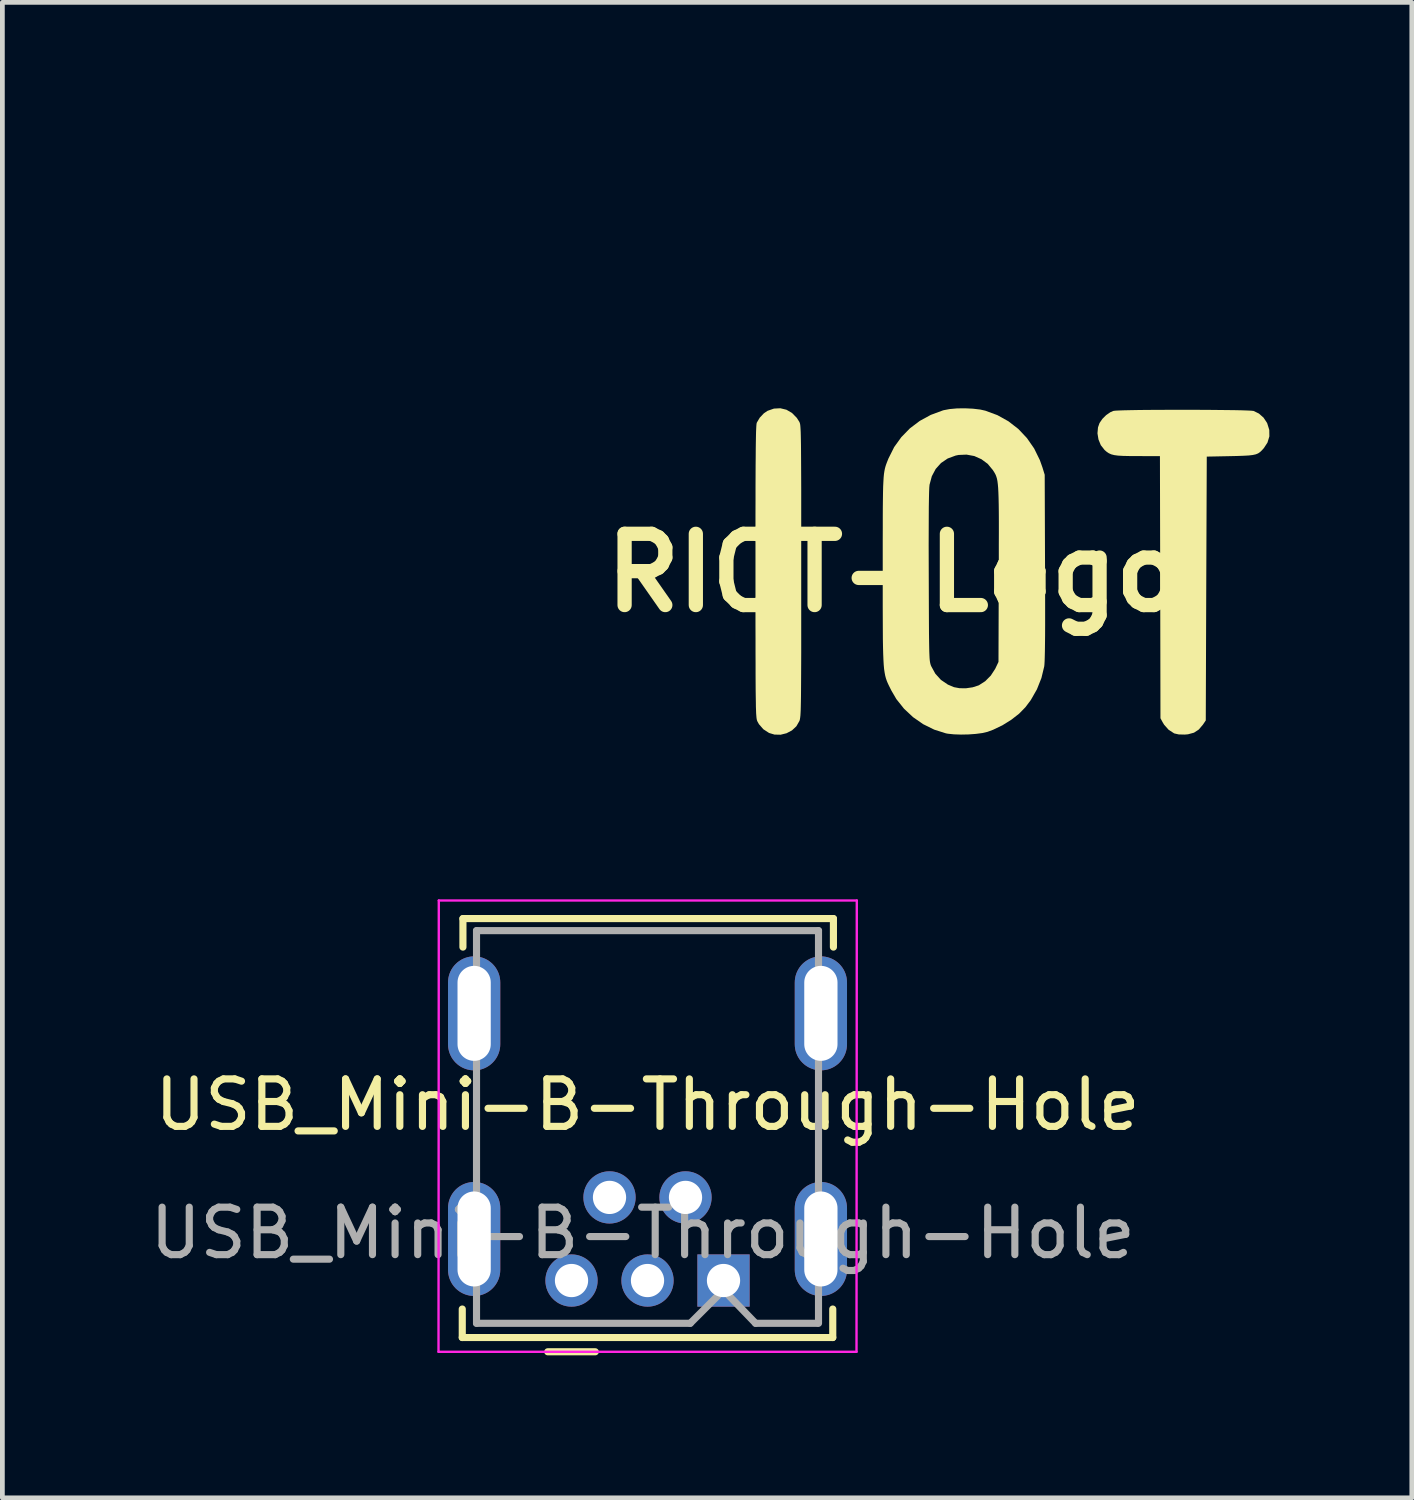
<source format=kicad_pcb>
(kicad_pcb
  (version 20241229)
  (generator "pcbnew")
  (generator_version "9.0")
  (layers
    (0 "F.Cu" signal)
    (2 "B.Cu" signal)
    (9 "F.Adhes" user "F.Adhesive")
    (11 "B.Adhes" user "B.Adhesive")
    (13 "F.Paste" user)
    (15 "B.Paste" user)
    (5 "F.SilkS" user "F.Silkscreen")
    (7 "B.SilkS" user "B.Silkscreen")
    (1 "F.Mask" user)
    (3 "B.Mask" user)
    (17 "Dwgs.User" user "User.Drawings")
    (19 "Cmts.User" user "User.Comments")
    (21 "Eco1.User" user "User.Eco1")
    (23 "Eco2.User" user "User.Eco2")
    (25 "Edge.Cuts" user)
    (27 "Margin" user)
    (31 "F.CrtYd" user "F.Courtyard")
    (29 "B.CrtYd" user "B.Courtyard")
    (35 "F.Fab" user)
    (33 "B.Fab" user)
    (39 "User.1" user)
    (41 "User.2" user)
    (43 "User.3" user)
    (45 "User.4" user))
  (footprint "RIOT-Logo"
    (layer "F.Cu")
    (at 15.778 9.01)
    (property "Reference" "RIOT-Logo" (at 0 0 0) (layer "F.SilkS") (effects (font (size 1.5 1.5) (thickness 0.3))))
    (attr board_only exclude_from_pos_files exclude_from_bom)
    (fp_poly (pts (xy -6.981 -0.87) (xy -6.839 -0.825) (xy -6.715 -0.752) (xy -6.63 -0.669) (xy -6.606 -0.635) (xy -6.562 -0.568) (xy -6.5 -0.472) (xy -6.423 -0.35) (xy -6.332 -0.206) (xy -6.23 -0.043) (xy -6.12 0.135) (xy -6.002 0.325) (xy -5.879 0.523) (xy -5.753 0.726) (xy -5.627 0.931) (xy -5.503 1.133) (xy -5.382 1.33) (xy -5.267 1.518) (xy -5.16 1.693) (xy -5.064 1.853) (xy -4.979 1.993) (xy -4.909 2.11) (xy -4.856 2.2) (xy -4.821 2.261) (xy -4.809 2.284) (xy -4.771 2.413) (xy -4.76 2.56) (xy -4.777 2.71) (xy -4.821 2.85) (xy -4.823 2.856) (xy -4.902 2.987) (xy -5.01 3.105) (xy -5.133 3.197) (xy -5.191 3.227) (xy -5.274 3.253) (xy -5.381 3.271) (xy -5.496 3.28) (xy -5.604 3.279) (xy -5.688 3.266) (xy -5.694 3.264) (xy -5.794 3.221) (xy -5.9 3.156) (xy -5.995 3.08) (xy -6.06 3.01) (xy -6.081 2.976) (xy -6.12 2.909) (xy -6.175 2.809) (xy -6.245 2.681) (xy -6.328 2.528) (xy -6.422 2.353) (xy -6.527 2.159) (xy -6.639 1.948) (xy -6.758 1.725) (xy -6.881 1.491) (xy -6.918 1.421) (xy -7.706 -0.072) (xy -7.714 -0.238) (xy -7.716 -0.327) (xy -7.711 -0.392) (xy -7.694 -0.451) (xy -7.663 -0.521) (xy -7.654 -0.54) (xy -7.566 -0.675) (xy -7.451 -0.778) (xy -7.309 -0.848) (xy -7.275 -0.859) (xy -7.129 -0.882)) (stroke (width 0) (type solid)) (fill yes) (layer "F.Mask"))
    (fp_poly (pts (xy -7.093 -9.004) (xy -6.917 -8.99) (xy -6.765 -8.97) (xy -6.728 -8.962) (xy -6.386 -8.871) (xy -6.071 -8.747) (xy -5.777 -8.588) (xy -5.503 -8.393) (xy -5.249 -8.165) (xy -5.001 -7.887) (xy -4.787 -7.586) (xy -4.61 -7.266) (xy -4.47 -6.928) (xy -4.368 -6.576) (xy -4.306 -6.212) (xy -4.285 -5.84) (xy -4.285 -5.834) (xy -4.306 -5.467) (xy -4.368 -5.107) (xy -4.47 -4.757) (xy -4.613 -4.417) (xy -4.796 -4.089) (xy -5.017 -3.774) (xy -5.277 -3.472) (xy -5.576 -3.185) (xy -5.63 -3.138) (xy -5.973 -2.869) (xy -6.343 -2.626) (xy -6.731 -2.413) (xy -7.13 -2.234) (xy -7.534 -2.094) (xy -7.534 -2.094) (xy -7.735 -2.047) (xy -7.912 -2.032) (xy -8.069 -2.05) (xy -8.21 -2.102) (xy -8.339 -2.189) (xy -8.396 -2.242) (xy -8.507 -2.38) (xy -8.578 -2.532) (xy -8.612 -2.693) (xy -8.606 -2.859) (xy -8.561 -3.025) (xy -8.476 -3.186) (xy -8.467 -3.199) (xy -8.408 -3.271) (xy -8.332 -3.333) (xy -8.234 -3.39) (xy -8.107 -3.446) (xy -7.944 -3.503) (xy -7.934 -3.506) (xy -7.604 -3.629) (xy -7.289 -3.777) (xy -6.994 -3.947) (xy -6.721 -4.137) (xy -6.475 -4.344) (xy -6.259 -4.565) (xy -6.077 -4.796) (xy -5.933 -5.035) (xy -5.916 -5.071) (xy -5.837 -5.251) (xy -5.784 -5.421) (xy -5.754 -5.595) (xy -5.742 -5.79) (xy -5.742 -5.845) (xy -5.76 -6.129) (xy -5.817 -6.393) (xy -5.911 -6.639) (xy -6.044 -6.869) (xy -6.216 -7.083) (xy -6.327 -7.194) (xy -6.517 -7.344) (xy -6.724 -7.456) (xy -6.948 -7.532) (xy -7.184 -7.571) (xy -7.429 -7.574) (xy -7.682 -7.54) (xy -7.939 -7.469) (xy -8.197 -7.362) (xy -8.453 -7.218) (xy -8.515 -7.177) (xy -8.761 -6.988) (xy -8.973 -6.775) (xy -9.15 -6.541) (xy -9.29 -6.288) (xy -9.394 -6.018) (xy -9.458 -5.733) (xy -9.476 -5.584) (xy -9.482 -5.469) (xy -9.486 -5.314) (xy -9.487 -5.123) (xy -9.486 -4.897) (xy -9.483 -4.639) (xy -9.477 -4.353) (xy -9.469 -4.041) (xy -9.459 -3.705) (xy -9.447 -3.349) (xy -9.433 -2.974) (xy -9.417 -2.585) (xy -9.4 -2.182) (xy -9.38 -1.77) (xy -9.359 -1.351) (xy -9.356 -1.29) (xy -9.338 -0.926) (xy -9.323 -0.601) (xy -9.312 -0.314) (xy -9.305 -0.062) (xy -9.302 0.157) (xy -9.302 0.346) (xy -9.306 0.507) (xy -9.313 0.642) (xy -9.324 0.754) (xy -9.325 0.764) (xy -9.398 1.182) (xy -9.504 1.574) (xy -9.644 1.941) (xy -9.817 2.282) (xy -9.945 2.487) (xy -10.039 2.612) (xy -10.156 2.75) (xy -10.289 2.892) (xy -10.43 3.03) (xy -10.568 3.156) (xy -10.697 3.26) (xy -10.767 3.31) (xy -11.098 3.503) (xy -11.442 3.656) (xy -11.797 3.769) (xy -12.162 3.841) (xy -12.533 3.872) (xy -12.91 3.862) (xy -12.981 3.855) (xy -13.336 3.799) (xy -13.678 3.706) (xy -14.005 3.58) (xy -14.313 3.42) (xy -14.599 3.231) (xy -14.858 3.013) (xy -15.088 2.769) (xy -15.257 2.543) (xy -15.429 2.249) (xy -15.567 1.932) (xy -15.672 1.595) (xy -15.742 1.244) (xy -15.778 0.883) (xy -15.777 0.514) (xy -15.74 0.143) (xy -15.69 -0.124) (xy -15.631 -0.359) (xy -15.562 -0.575) (xy -15.475 -0.791) (xy -15.386 -0.983) (xy -15.194 -1.332) (xy -14.97 -1.652) (xy -14.716 -1.943) (xy -14.434 -2.204) (xy -14.124 -2.434) (xy -13.788 -2.632) (xy -13.427 -2.797) (xy -13.043 -2.929) (xy -12.635 -3.026) (xy -12.563 -3.039) (xy -12.442 -3.056) (xy -12.335 -3.063) (xy -12.263 -3.06) (xy -12.114 -3.021) (xy -11.985 -2.951) (xy -11.879 -2.855) (xy -11.799 -2.739) (xy -11.746 -2.609) (xy -11.723 -2.47) (xy -11.732 -2.329) (xy -11.776 -2.191) (xy -11.856 -2.063) (xy -11.871 -2.045) (xy -11.938 -1.975) (xy -12.005 -1.923) (xy -12.083 -1.882) (xy -12.18 -1.848) (xy -12.306 -1.817) (xy -12.35 -1.808) (xy -12.65 -1.735) (xy -12.916 -1.647) (xy -13.155 -1.542) (xy -13.372 -1.416) (xy -13.435 -1.373) (xy -13.678 -1.178) (xy -13.892 -0.955) (xy -14.076 -0.71) (xy -14.228 -0.445) (xy -14.346 -0.166) (xy -14.43 0.125) (xy -14.479 0.424) (xy -14.49 0.726) (xy -14.464 1.027) (xy -14.397 1.325) (xy -14.369 1.413) (xy -14.269 1.651) (xy -14.139 1.859) (xy -13.978 2.041) (xy -13.783 2.198) (xy -13.553 2.332) (xy -13.553 2.332) (xy -13.377 2.412) (xy -13.212 2.469) (xy -13.044 2.506) (xy -12.861 2.526) (xy -12.653 2.532) (xy -12.488 2.529) (xy -12.357 2.521) (xy -12.251 2.506) (xy -12.2 2.495) (xy -11.92 2.405) (xy -11.665 2.281) (xy -11.437 2.124) (xy -11.236 1.935) (xy -11.064 1.715) (xy -10.921 1.466) (xy -10.839 1.275) (xy -10.787 1.121) (xy -10.746 0.966) (xy -10.715 0.8) (xy -10.691 0.611) (xy -10.679 0.489) (xy -10.675 0.43) (xy -10.672 0.371) (xy -10.669 0.308) (xy -10.669 0.237) (xy -10.669 0.156) (xy -10.672 0.06) (xy -10.676 -0.053) (xy -10.682 -0.188) (xy -10.69 -0.348) (xy -10.7 -0.536) (xy -10.713 -0.756) (xy -10.728 -1.012) (xy -10.743 -1.28) (xy -10.772 -1.777) (xy -10.798 -2.253) (xy -10.822 -2.709) (xy -10.842 -3.141) (xy -10.861 -3.547) (xy -10.876 -3.927) (xy -10.888 -4.278) (xy -10.898 -4.598) (xy -10.904 -4.886) (xy -10.908 -5.14) (xy -10.908 -5.358) (xy -10.906 -5.539) (xy -10.9 -5.68) (xy -10.895 -5.739) (xy -10.842 -6.112) (xy -10.754 -6.463) (xy -10.632 -6.795) (xy -10.472 -7.115) (xy -10.325 -7.351) (xy -10.086 -7.669) (xy -9.814 -7.96) (xy -9.511 -8.224) (xy -9.178 -8.459) (xy -8.967 -8.584) (xy -8.755 -8.688) (xy -8.515 -8.786) (xy -8.26 -8.871) (xy -8.004 -8.94) (xy -7.791 -8.983) (xy -7.644 -9) (xy -7.47 -9.009) (xy -7.282 -9.01)) (stroke (width 0) (type solid)) (fill yes) (layer "F.Mask"))
    (fp_poly (pts (xy 6.173 -3.433) (xy 6.392 -3.432) (xy 6.606 -3.431) (xy 6.808 -3.429) (xy 6.996 -3.427) (xy 7.165 -3.425) (xy 7.31 -3.422) (xy 7.427 -3.418) (xy 7.511 -3.414) (xy 7.559 -3.409) (xy 7.564 -3.408) (xy 7.675 -3.354) (xy 7.773 -3.268) (xy 7.846 -3.158) (xy 7.851 -3.147) (xy 7.894 -3.009) (xy 7.896 -2.873) (xy 7.856 -2.742) (xy 7.78 -2.626) (xy 7.738 -2.579) (xy 7.7 -2.543) (xy 7.659 -2.515) (xy 7.61 -2.495) (xy 7.546 -2.481) (xy 7.462 -2.471) (xy 7.351 -2.465) (xy 7.209 -2.46) (xy 7.076 -2.457) (xy 6.578 -2.447) (xy 6.567 0.33) (xy 6.557 3.107) (xy 6.498 3.195) (xy 6.411 3.298) (xy 6.309 3.365) (xy 6.183 3.399) (xy 6.114 3.405) (xy 5.989 3.402) (xy 5.899 3.382) (xy 5.889 3.378) (xy 5.776 3.305) (xy 5.681 3.199) (xy 5.649 3.146) (xy 5.603 3.061) (xy 5.598 0.302) (xy 5.592 -2.457) (xy 5.121 -2.458) (xy 4.95 -2.459) (xy 4.815 -2.462) (xy 4.71 -2.468) (xy 4.629 -2.479) (xy 4.567 -2.495) (xy 4.516 -2.518) (xy 4.471 -2.548) (xy 4.425 -2.588) (xy 4.424 -2.59) (xy 4.347 -2.688) (xy 4.298 -2.808) (xy 4.277 -2.937) (xy 4.288 -3.063) (xy 4.32 -3.153) (xy 4.379 -3.24) (xy 4.459 -3.32) (xy 4.547 -3.381) (xy 4.611 -3.409) (xy 4.65 -3.414) (xy 4.726 -3.418) (xy 4.836 -3.422) (xy 4.975 -3.425) (xy 5.139 -3.428) (xy 5.323 -3.43) (xy 5.523 -3.431) (xy 5.734 -3.432) (xy 5.952 -3.433)) (stroke (width 0) (type solid)) (fill yes) (layer "F.SilkS"))
    (fp_poly (pts (xy -2.271 -3.434) (xy -2.154 -3.366) (xy -2.054 -3.264) (xy -1.999 -3.178) (xy -1.994 -3.166) (xy -1.989 -3.152) (xy -1.984 -3.133) (xy -1.98 -3.107) (xy -1.977 -3.072) (xy -1.974 -3.025) (xy -1.971 -2.966) (xy -1.969 -2.891) (xy -1.967 -2.799) (xy -1.965 -2.687) (xy -1.964 -2.554) (xy -1.963 -2.397) (xy -1.962 -2.214) (xy -1.961 -2.004) (xy -1.96 -1.763) (xy -1.96 -1.491) (xy -1.96 -1.185) (xy -1.96 -0.842) (xy -1.96 -0.462) (xy -1.96 -0.042) (xy -1.96 0.379) (xy -1.96 0.76) (xy -1.96 1.102) (xy -1.96 1.409) (xy -1.96 1.682) (xy -1.961 1.923) (xy -1.962 2.134) (xy -1.963 2.317) (xy -1.964 2.475) (xy -1.965 2.609) (xy -1.967 2.722) (xy -1.969 2.816) (xy -1.971 2.892) (xy -1.974 2.953) (xy -1.977 3.002) (xy -1.981 3.039) (xy -1.985 3.068) (xy -1.989 3.09) (xy -1.994 3.107) (xy -1.998 3.119) (xy -2.062 3.23) (xy -2.155 3.317) (xy -2.269 3.377) (xy -2.394 3.408) (xy -2.523 3.405) (xy -2.637 3.371) (xy -2.757 3.293) (xy -2.85 3.186) (xy -2.884 3.125) (xy -2.889 3.112) (xy -2.894 3.096) (xy -2.898 3.075) (xy -2.902 3.046) (xy -2.905 3.009) (xy -2.909 2.96) (xy -2.911 2.897) (xy -2.914 2.82) (xy -2.915 2.724) (xy -2.917 2.609) (xy -2.919 2.472) (xy -2.92 2.311) (xy -2.921 2.125) (xy -2.921 1.91) (xy -2.922 1.665) (xy -2.922 1.388) (xy -2.923 1.076) (xy -2.923 0.729) (xy -2.923 0.342) (xy -2.923 -0.027) (xy -2.923 -0.46) (xy -2.923 -0.852) (xy -2.923 -1.205) (xy -2.922 -1.522) (xy -2.922 -1.804) (xy -2.921 -2.053) (xy -2.92 -2.271) (xy -2.918 -2.46) (xy -2.917 -2.622) (xy -2.915 -2.758) (xy -2.913 -2.872) (xy -2.911 -2.963) (xy -2.908 -3.035) (xy -2.905 -3.089) (xy -2.902 -3.128) (xy -2.898 -3.152) (xy -2.895 -3.162) (xy -2.833 -3.267) (xy -2.747 -3.358) (xy -2.669 -3.411) (xy -2.534 -3.458) (xy -2.4 -3.465)) (stroke (width 0) (type solid)) (fill yes) (layer "F.SilkS"))
    (fp_poly (pts (xy 1.655 -3.456) (xy 1.808 -3.438) (xy 1.916 -3.414) (xy 2.17 -3.32) (xy 2.402 -3.191) (xy 2.611 -3.029) (xy 2.792 -2.837) (xy 2.944 -2.618) (xy 3.064 -2.373) (xy 3.118 -2.221) (xy 3.166 -2.065) (xy 3.173 -0.127) (xy 3.174 0.24) (xy 3.175 0.567) (xy 3.175 0.854) (xy 3.175 1.105) (xy 3.174 1.321) (xy 3.172 1.503) (xy 3.17 1.653) (xy 3.167 1.773) (xy 3.164 1.866) (xy 3.16 1.932) (xy 3.156 1.97) (xy 3.097 2.214) (xy 3.002 2.453) (xy 2.873 2.679) (xy 2.76 2.829) (xy 2.626 2.966) (xy 2.46 3.095) (xy 2.275 3.21) (xy 2.081 3.303) (xy 1.96 3.348) (xy 1.851 3.373) (xy 1.714 3.391) (xy 1.56 3.402) (xy 1.403 3.405) (xy 1.255 3.4) (xy 1.129 3.387) (xy 1.086 3.379) (xy 0.84 3.301) (xy 0.607 3.186) (xy 0.394 3.038) (xy 0.204 2.86) (xy 0.043 2.658) (xy -0.062 2.478) (xy -0.091 2.42) (xy -0.117 2.368) (xy -0.14 2.319) (xy -0.16 2.27) (xy -0.177 2.22) (xy -0.192 2.164) (xy -0.204 2.1) (xy -0.215 2.026) (xy -0.223 1.938) (xy -0.229 1.834) (xy -0.234 1.71) (xy -0.238 1.565) (xy -0.241 1.395) (xy -0.242 1.198) (xy -0.243 0.971) (xy -0.244 0.71) (xy -0.244 0.414) (xy -0.244 0.079) (xy -0.244 -0.042) (xy -0.244 -0.383) (xy -0.244 -0.587) (xy 0.723 -0.587) (xy 0.724 -0.24) (xy 0.725 0.075) (xy 0.726 0.39) (xy 0.727 0.666) (xy 0.728 0.906) (xy 0.729 1.111) (xy 0.73 1.286) (xy 0.732 1.432) (xy 0.734 1.553) (xy 0.736 1.652) (xy 0.739 1.73) (xy 0.742 1.792) (xy 0.746 1.84) (xy 0.751 1.877) (xy 0.757 1.906) (xy 0.763 1.929) (xy 0.77 1.95) (xy 0.777 1.966) (xy 0.863 2.123) (xy 0.981 2.253) (xy 1.128 2.353) (xy 1.256 2.407) (xy 1.374 2.429) (xy 1.51 2.43) (xy 1.648 2.41) (xy 1.77 2.371) (xy 1.783 2.365) (xy 1.914 2.281) (xy 2.031 2.163) (xy 2.123 2.022) (xy 2.136 1.995) (xy 2.193 1.875) (xy 2.199 0.035) (xy 2.2 -0.3) (xy 2.2 -0.596) (xy 2.201 -0.854) (xy 2.201 -1.079) (xy 2.2 -1.272) (xy 2.198 -1.437) (xy 2.195 -1.576) (xy 2.191 -1.692) (xy 2.186 -1.788) (xy 2.179 -1.867) (xy 2.171 -1.93) (xy 2.161 -1.982) (xy 2.148 -2.025) (xy 2.134 -2.062) (xy 2.117 -2.095) (xy 2.098 -2.127) (xy 2.076 -2.161) (xy 2.073 -2.165) (xy 1.967 -2.294) (xy 1.834 -2.392) (xy 1.684 -2.459) (xy 1.521 -2.489) (xy 1.354 -2.482) (xy 1.291 -2.469) (xy 1.123 -2.407) (xy 0.983 -2.312) (xy 0.871 -2.187) (xy 0.79 -2.035) (xy 0.742 -1.857) (xy 0.741 -1.849) (xy 0.736 -1.795) (xy 0.732 -1.699) (xy 0.729 -1.561) (xy 0.726 -1.38) (xy 0.725 -1.158) (xy 0.724 -0.893) (xy 0.723 -0.587) (xy -0.244 -0.587) (xy -0.244 -0.684) (xy -0.243 -0.949) (xy -0.243 -1.18) (xy -0.242 -1.379) (xy -0.24 -1.55) (xy -0.238 -1.696) (xy -0.235 -1.819) (xy -0.23 -1.922) (xy -0.225 -2.008) (xy -0.218 -2.08) (xy -0.209 -2.14) (xy -0.199 -2.191) (xy -0.187 -2.237) (xy -0.173 -2.28) (xy -0.157 -2.323) (xy -0.139 -2.368) (xy -0.119 -2.418) (xy -0.118 -2.418) (xy -0.003 -2.648) (xy 0.147 -2.856) (xy 0.327 -3.041) (xy 0.536 -3.199) (xy 0.767 -3.325) (xy 1.018 -3.418) (xy 1.038 -3.424) (xy 1.165 -3.448) (xy 1.32 -3.462) (xy 1.488 -3.464)) (stroke (width 0) (type solid)) (fill yes) (layer "F.SilkS")))
  (footprint "USB_Mini-B-Through-Hole"
    (layer "F.Cu")
    (at 8.982 23.909)
    (property "Reference" "USB_Mini-B-Through-Hole" (at 1.6 -3.7 0) (layer "F.SilkS") (effects (font (size 1 1) (thickness 0.15))))
    (attr through_hole)
    (fp_line (start -2.3 0.6) (end -2.3 1.2) (stroke (width 0.15) (type solid)) (layer "F.SilkS"))
    (fp_line (start -2.3 1.2) (end 5.5 1.2) (stroke (width 0.15) (type solid)) (layer "F.SilkS"))
    (fp_line (start -2.286 -7.62) (end 5.514 -7.62) (stroke (width 0.15) (type solid)) (layer "F.SilkS"))
    (fp_line (start -2.286 -7.02) (end -2.286 -7.62) (stroke (width 0.15) (type solid)) (layer "F.SilkS"))
    (fp_line (start -0.5 1.5) (end 0.5 1.5) (stroke (width 0.15) (type solid)) (layer "F.SilkS"))
    (fp_line (start 5.5 1.2) (end 5.5 0.6) (stroke (width 0.15) (type solid)) (layer "F.SilkS"))
    (fp_line (start 5.514 -7.62) (end 5.514 -7.02) (stroke (width 0.15) (type solid)) (layer "F.SilkS"))
    (fp_line (start -2.8 1.5) (end 6 1.5) (stroke (width 0.05) (type solid)) (layer "F.CrtYd"))
    (fp_line (start -2.794 -8.001) (end -2.8 1.5) (stroke (width 0.05) (type solid)) (layer "F.CrtYd"))
    (fp_line (start 6 1.5) (end 6.006 -8.001) (stroke (width 0.05) (type solid)) (layer "F.CrtYd"))
    (fp_line (start 6.006 -8.001) (end -2.794 -8.001) (stroke (width 0.05) (type solid)) (layer "F.CrtYd"))
    (fp_line (start -2 0.9) (end -2 -7.366) (stroke (width 0.15) (type solid)) (layer "F.Fab"))
    (fp_line (start -2 0.9) (end 2.5 0.9) (stroke (width 0.15) (type solid)) (layer "F.Fab"))
    (fp_line (start 2.5 0.9) (end 3.2 0.2) (stroke (width 0.15) (type solid)) (layer "F.Fab"))
    (fp_line (start 3.2 0.2) (end 3.875 0.9) (stroke (width 0.15) (type solid)) (layer "F.Fab"))
    (fp_line (start 3.875 0.9) (end 5.175 0.9) (stroke (width 0.15) (type solid)) (layer "F.Fab"))
    (fp_line (start 5.2 -7.366) (end -2 -7.366) (stroke (width 0.15) (type solid)) (layer "F.Fab"))
    (fp_line (start 5.2 -7.366) (end 5.2 0.9) (stroke (width 0.15) (type solid)) (layer "F.Fab"))
    (fp_text user "${REFERENCE}" (at 1.5 -1 0) (layer "F.Fab") (effects (font (size 1 1) (thickness 0.15))))
    (pad "1" thru_hole rect (at 3.2 0) (size 1.1 1.1) (drill 0.7) (layers "*.Cu" "*.Mask"))
    (pad "2" thru_hole circle (at 2.4 -1.75) (size 1.1 1.1) (drill 0.7) (layers "*.Cu" "*.Mask"))
    (pad "3" thru_hole circle (at 1.6 0) (size 1.1 1.1) (drill 0.7) (layers "*.Cu" "*.Mask"))
    (pad "4" thru_hole circle (at 0.8 -1.75) (size 1.1 1.1) (drill 0.7) (layers "*.Cu" "*.Mask"))
    (pad "5" thru_hole circle (at 0 0) (size 1.1 1.1) (drill 0.7) (layers "*.Cu" "*.Mask"))
    (pad "6" thru_hole oval (at -2.05 -5.625) (size 1.1 2.4) (drill oval 0.7 2) (layers "*.Cu" "*.Mask"))
    (pad "6" thru_hole oval (at -2.05 -0.875) (size 1.1 2.4) (drill oval 0.7 2) (layers "*.Cu" "*.Mask"))
    (pad "6" thru_hole oval (at 5.25 -5.625) (size 1.1 2.4) (drill oval 0.7 2) (layers "*.Cu" "*.Mask"))
    (pad "6" thru_hole oval (at 5.25 -0.875) (size 1.1 2.4) (drill oval 0.7 2) (layers "*.Cu" "*.Mask")))
  (gr_rect
    (start -3 -3)
    (end 26.673 28.484)
    (stroke (width 0.1) (type default))
    (fill no)
    (layer "Edge.Cuts")))
</source>
